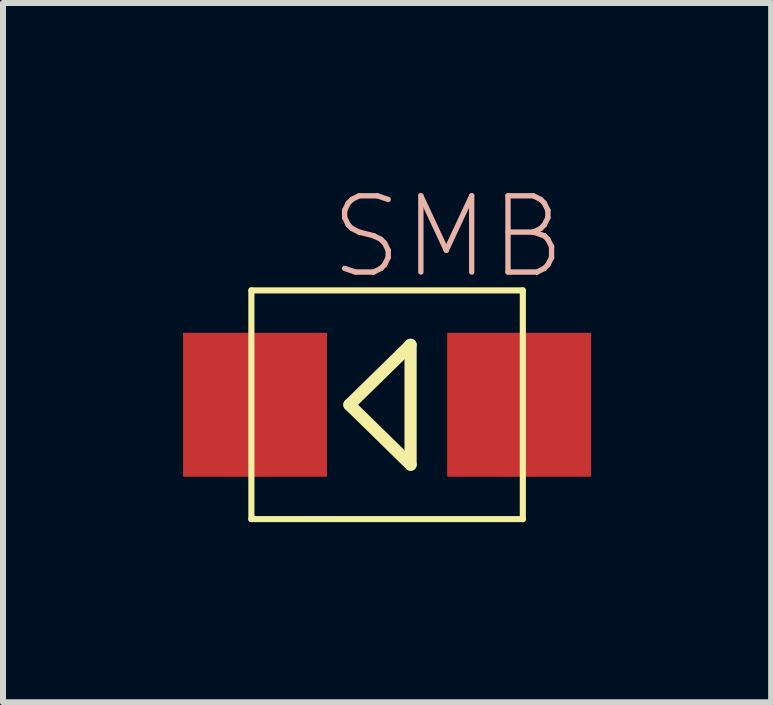
<source format=kicad_pcb>
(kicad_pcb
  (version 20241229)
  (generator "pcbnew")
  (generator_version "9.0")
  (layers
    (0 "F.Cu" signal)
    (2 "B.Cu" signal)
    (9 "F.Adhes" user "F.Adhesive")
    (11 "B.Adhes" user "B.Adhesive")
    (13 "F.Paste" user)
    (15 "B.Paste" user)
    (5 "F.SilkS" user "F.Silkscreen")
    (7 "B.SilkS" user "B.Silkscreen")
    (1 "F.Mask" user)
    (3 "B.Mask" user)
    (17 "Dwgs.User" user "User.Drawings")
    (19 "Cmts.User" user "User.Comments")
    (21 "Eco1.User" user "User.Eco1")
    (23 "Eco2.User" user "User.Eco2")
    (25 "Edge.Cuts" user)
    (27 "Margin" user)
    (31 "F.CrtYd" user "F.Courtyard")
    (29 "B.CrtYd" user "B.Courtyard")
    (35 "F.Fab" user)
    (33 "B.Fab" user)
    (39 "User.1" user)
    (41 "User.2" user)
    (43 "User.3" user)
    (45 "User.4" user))
  (footprint "SMB"
    (layer "F.Cu")
    (at 3.399 3.693)
    (property "Reference" "SMB" (at 1.016 -2.794 0) (layer "B.SilkS") (effects (font (size 1.27 1.27) (thickness 0.089))))
    (attr smd)
    (fp_line (start -2.261 -1.905) (end 2.261 -1.905) (stroke (width 0.102) (type solid)) (layer "F.SilkS"))
    (fp_line (start -2.261 1.09) (end -2.261 -1.09) (stroke (width 0.066) (type solid)) (layer "F.SilkS"))
    (fp_line (start -2.261 1.905) (end -2.261 -1.905) (stroke (width 0.102) (type solid)) (layer "F.SilkS"))
    (fp_line (start -2.261 1.905) (end 2.261 1.905) (stroke (width 0.102) (type solid)) (layer "F.SilkS"))
    (fp_line (start -1.349 -1.9) (end -0.798 -1.9) (stroke (width 0.066) (type solid)) (layer "F.SilkS"))
    (fp_line (start -1.349 1.9) (end -0.798 1.9) (stroke (width 0.066) (type solid)) (layer "F.SilkS"))
    (fp_line (start -0.628 0) (end 0.391 0.998) (stroke (width 0.203) (type solid)) (layer "F.SilkS"))
    (fp_line (start 0.391 -0.998) (end -0.628 0) (stroke (width 0.203) (type solid)) (layer "F.SilkS"))
    (fp_line (start 0.391 0.998) (end 0.391 -0.998) (stroke (width 0.203) (type solid)) (layer "F.SilkS"))
    (fp_line (start 2.261 1.09) (end 2.261 -1.09) (stroke (width 0.066) (type solid)) (layer "F.SilkS"))
    (fp_line (start 2.261 1.905) (end 2.261 -1.905) (stroke (width 0.102) (type solid)) (layer "F.SilkS"))
    (pad "1" smd rect (at 2.2 0) (size 2.398 2.398) (layers "F.Cu" "F.Mask" "F.Paste"))
    (pad "2" smd rect (at -2.2 0) (size 2.398 2.398) (layers "F.Cu" "F.Mask" "F.Paste")))
  (gr_rect
    (start -3 -3)
    (end 9.797 8.649)
    (stroke (width 0.1) (type default))
    (fill no)
    (layer "Edge.Cuts")))
</source>
